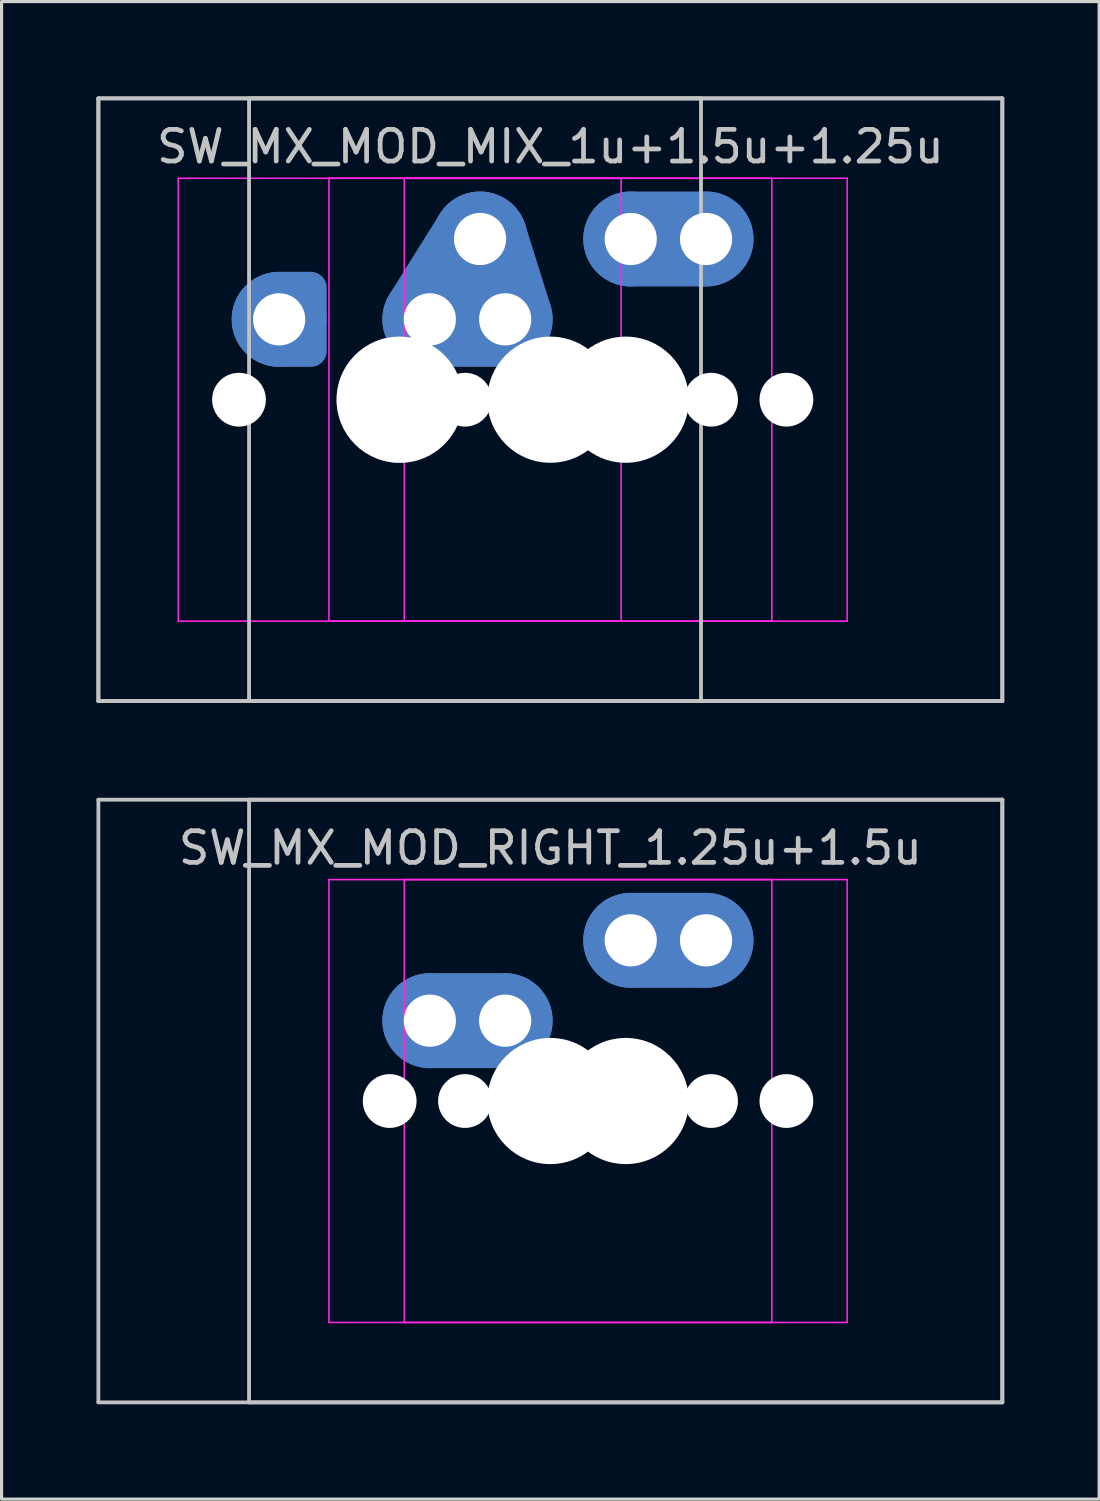
<source format=kicad_pcb>
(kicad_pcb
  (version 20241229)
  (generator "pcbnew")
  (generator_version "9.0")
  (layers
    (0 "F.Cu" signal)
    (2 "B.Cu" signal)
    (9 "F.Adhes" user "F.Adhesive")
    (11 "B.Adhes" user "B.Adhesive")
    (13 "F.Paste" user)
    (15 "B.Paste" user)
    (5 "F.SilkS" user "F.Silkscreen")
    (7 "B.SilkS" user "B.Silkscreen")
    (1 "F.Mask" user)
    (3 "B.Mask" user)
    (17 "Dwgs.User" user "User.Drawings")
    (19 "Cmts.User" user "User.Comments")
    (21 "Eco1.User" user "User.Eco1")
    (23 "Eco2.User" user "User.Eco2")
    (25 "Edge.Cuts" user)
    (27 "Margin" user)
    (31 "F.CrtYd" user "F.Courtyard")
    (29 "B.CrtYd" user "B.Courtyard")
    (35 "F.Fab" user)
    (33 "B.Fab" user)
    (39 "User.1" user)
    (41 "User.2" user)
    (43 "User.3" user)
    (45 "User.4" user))
  (footprint "SW_MX_MOD_MIX_1u+1.5u+1.25u"
    (layer "F.Cu")
    (at 16.729 9.585)
    (property "Reference" "SW_MX_MOD_MIX_1u+1.5u+1.25u" (at -2.381 -8 0) (layer "Dwgs.User") (effects (font (size 1 1) (thickness 0.15))))
    (attr through_hole exclude_from_pos_files exclude_from_bom)
    (fp_line (start -16.669 -9.525) (end -16.669 9.525) (stroke (width 0.12) (type solid)) (layer "Dwgs.User"))
    (fp_line (start -16.669 -9.525) (end -16.669 9.525) (stroke (width 0.12) (type solid)) (layer "Dwgs.User"))
    (fp_line (start -16.669 9.525) (end 2.381 9.525) (stroke (width 0.12) (type solid)) (layer "Dwgs.User"))
    (fp_line (start -16.669 9.525) (end 11.906 9.525) (stroke (width 0.12) (type solid)) (layer "Dwgs.User"))
    (fp_line (start -11.906 -9.525) (end -11.906 9.525) (stroke (width 0.12) (type solid)) (layer "Dwgs.User"))
    (fp_line (start -11.906 9.525) (end 11.906 9.525) (stroke (width 0.12) (type solid)) (layer "Dwgs.User"))
    (fp_line (start 2.381 -9.525) (end -16.669 -9.525) (stroke (width 0.12) (type solid)) (layer "Dwgs.User"))
    (fp_line (start 2.381 9.525) (end 2.381 -9.525) (stroke (width 0.12) (type solid)) (layer "Dwgs.User"))
    (fp_line (start 11.906 -9.525) (end -16.669 -9.525) (stroke (width 0.12) (type solid)) (layer "Dwgs.User"))
    (fp_line (start 11.906 -9.525) (end -11.906 -9.525) (stroke (width 0.12) (type solid)) (layer "Dwgs.User"))
    (fp_line (start 11.906 9.525) (end 11.906 -9.525) (stroke (width 0.12) (type solid)) (layer "Dwgs.User"))
    (fp_line (start 11.906 9.525) (end 11.906 -9.525) (stroke (width 0.12) (type solid)) (layer "Dwgs.User"))
    (fp_circle (center -10.954 -2.54) (end -10.954 -2.29) (stroke (width 0.1) (type default)) (fill no) (layer "Cmts.User"))
    (fp_line (start -14.144 6.5) (end -14.144 -6.5) (stroke (width 0.05) (type solid)) (layer "Eco2.User"))
    (fp_line (start -13.644 -7) (end -0.644 -7) (stroke (width 0.05) (type solid)) (layer "Eco2.User"))
    (fp_line (start -9.381 6.5) (end -9.381 -6.5) (stroke (width 0.05) (type solid)) (layer "Eco2.User"))
    (fp_line (start -8.881 -7) (end 4.119 -7) (stroke (width 0.05) (type solid)) (layer "Eco2.User"))
    (fp_line (start -7 6.5) (end -7 -6.5) (stroke (width 0.05) (type solid)) (layer "Eco2.User"))
    (fp_line (start -6.5 -7) (end 6.5 -7) (stroke (width 0.05) (type solid)) (layer "Eco2.User"))
    (fp_line (start -0.644 7) (end -13.644 7) (stroke (width 0.05) (type solid)) (layer "Eco2.User"))
    (fp_line (start -0.144 -6.5) (end -0.144 6.5) (stroke (width 0.05) (type solid)) (layer "Eco2.User"))
    (fp_line (start 4.119 7) (end -8.881 7) (stroke (width 0.05) (type solid)) (layer "Eco2.User"))
    (fp_line (start 4.619 -6.5) (end 4.619 6.5) (stroke (width 0.05) (type solid)) (layer "Eco2.User"))
    (fp_line (start 6.5 7) (end -6.5 7) (stroke (width 0.05) (type solid)) (layer "Eco2.User"))
    (fp_line (start 7 -6.5) (end 7 6.5) (stroke (width 0.05) (type solid)) (layer "Eco2.User"))
    (fp_arc (start -14.14375 -6.5) (mid -13.997303 -6.853553) (end -13.64375 -7) (stroke (width 0.05) (type solid)) (layer "Eco2.User"))
    (fp_arc (start -13.64375 7) (mid -13.997303 6.853553) (end -14.14375 6.5) (stroke (width 0.05) (type solid)) (layer "Eco2.User"))
    (fp_arc (start -9.38125 -6.5) (mid -9.234803 -6.853553) (end -8.88125 -7) (stroke (width 0.05) (type solid)) (layer "Eco2.User"))
    (fp_arc (start -8.88125 7) (mid -9.234803 6.853553) (end -9.38125 6.5) (stroke (width 0.05) (type solid)) (layer "Eco2.User"))
    (fp_arc (start -7 -6.5) (mid -6.853553 -6.853553) (end -6.5 -7) (stroke (width 0.05) (type solid)) (layer "Eco2.User"))
    (fp_arc (start -6.5 7) (mid -6.853553 6.853553) (end -7 6.5) (stroke (width 0.05) (type solid)) (layer "Eco2.User"))
    (fp_arc (start -0.64375 -7) (mid -0.290197 -6.853553) (end -0.14375 -6.5) (stroke (width 0.05) (type solid)) (layer "Eco2.User"))
    (fp_arc (start -0.146514 6.498884) (mid -0.292961 6.852437) (end -0.646514 6.998884) (stroke (width 0.05) (type solid)) (layer "Eco2.User"))
    (fp_arc (start 4.11875 -7) (mid 4.472303 -6.853553) (end 4.61875 -6.5) (stroke (width 0.05) (type solid)) (layer "Eco2.User"))
    (fp_arc (start 4.615986 6.498884) (mid 4.469539 6.852437) (end 4.115986 6.998884) (stroke (width 0.05) (type solid)) (layer "Eco2.User"))
    (fp_arc (start 6.5 -7) (mid 6.853553 -6.853553) (end 7 -6.5) (stroke (width 0.05) (type solid)) (layer "Eco2.User"))
    (fp_arc (start 6.997236 6.498884) (mid 6.850789 6.852437) (end 6.497236 6.998884) (stroke (width 0.05) (type solid)) (layer "Eco2.User"))
    (fp_line (start -14.144 -7) (end -14.144 7) (stroke (width 0.05) (type solid)) (layer "F.CrtYd"))
    (fp_line (start -14.144 7) (end -0.144 7) (stroke (width 0.05) (type solid)) (layer "F.CrtYd"))
    (fp_line (start -9.381 -7) (end -9.381 7) (stroke (width 0.05) (type solid)) (layer "F.CrtYd"))
    (fp_line (start -9.381 7) (end 4.619 7) (stroke (width 0.05) (type solid)) (layer "F.CrtYd"))
    (fp_line (start -7 -7) (end -7 7) (stroke (width 0.05) (type solid)) (layer "F.CrtYd"))
    (fp_line (start -7 7) (end 7 7) (stroke (width 0.05) (type solid)) (layer "F.CrtYd"))
    (fp_line (start -0.144 -7) (end -14.144 -7) (stroke (width 0.05) (type solid)) (layer "F.CrtYd"))
    (fp_line (start -0.144 7) (end -0.144 -7) (stroke (width 0.05) (type solid)) (layer "F.CrtYd"))
    (fp_line (start 4.619 -7) (end -9.381 -7) (stroke (width 0.05) (type solid)) (layer "F.CrtYd"))
    (fp_line (start 4.619 7) (end 4.619 -7) (stroke (width 0.05) (type solid)) (layer "F.CrtYd"))
    (fp_line (start 7 -7) (end -7 -7) (stroke (width 0.05) (type solid)) (layer "F.CrtYd"))
    (fp_line (start 7 7) (end 7 -7) (stroke (width 0.05) (type solid)) (layer "F.CrtYd"))
    (pad "" np_thru_hole circle (at -12.224 0) (size 1.7 1.7) (drill 1.7) (layers "*.Cu" "*.Mask"))
    (pad "" np_thru_hole circle (at -7.461 0) (size 1.75 1.75) (drill 1.75) (layers "*.Cu" "*.Mask"))
    (pad "" thru_hole circle (at -7.144 0) (size 3.988 3.988) (drill 3.988) (layers "*.Mask"))
    (pad "" np_thru_hole circle (at -5.08 0) (size 1.7 1.7) (drill 1.7) (layers "*.Cu" "*.Mask"))
    (pad "" np_thru_hole circle (at -2.381 0) (size 3.988 3.988) (drill 3.988) (layers "*.Cu" "*.Mask"))
    (pad "" np_thru_hole circle (at 0 0) (size 3.988 3.988) (drill 3.988) (layers "*.Cu" "*.Mask"))
    (pad "" np_thru_hole circle (at 2.699 0) (size 1.7 1.7) (drill 1.7) (layers "*.Cu" "*.Mask"))
    (pad "" np_thru_hole circle (at 5.08 0) (size 1.7 1.7) (drill 1.7) (layers "*.Cu" "*.Mask"))
    (pad "1" thru_hole circle (at -6.191 -2.54) (size 2 2) (drill 1.65) (layers "*.Cu") (remove_unused_layers yes) (keep_end_layers yes) (zone_layer_connections))
    (pad "1" smd circle (at -6.191 -2.54 270) (size 2.7 2.7) (layers "B.Cu" "B.Mask"))
    (pad "1" smd oval (at -5.397 -3.812 148) (size 3 5.995) (layers "B.Cu"))
    (pad "1" smd oval (at -5.396 -3.812 148) (size 2 4.995) (layers "F.Cu"))
    (pad "1" smd oval (at -5.001 -2.54 180) (size 4.381 2) (layers "F.Cu"))
    (pad "1" smd oval (at -5.001 -2.54) (size 5.381 3) (layers "B.Cu"))
    (pad "1" thru_hole circle (at -4.604 -5.08) (size 2 2) (drill 1.65) (layers "*.Cu") (remove_unused_layers yes) (keep_end_layers yes) (zone_layer_connections))
    (pad "1" smd circle (at -4.604 -5.08 270) (size 2.7 2.7) (layers "B.Cu" "B.Mask"))
    (pad "1" smd oval (at -4.207 -3.81 17.4) (size 2 4.661) (layers "F.Cu"))
    (pad "1" smd oval (at -4.207 -3.81 17.4) (size 3 5.661) (layers "B.Cu"))
    (pad "1" thru_hole circle (at -3.81 -2.54) (size 2 2) (drill 1.65) (layers "*.Cu") (remove_unused_layers yes) (keep_end_layers yes) (zone_layer_connections))
    (pad "1" smd circle (at -3.81 -2.54 270) (size 2.7 2.7) (layers "B.Cu" "B.Mask"))
    (pad "2" thru_hole circle (at -10.954 -2.54) (size 2 2) (drill 1.65) (layers "*.Cu") (remove_unused_layers yes) (keep_end_layers yes) (zone_layer_connections))
    (pad "2" smd custom (at -10.954 -2.54) (size 2.7 2.7) (layers "B.Cu" "B.Mask") (options (anchor circle)) (primitives (gr_poly (pts (arc (start 0 1.35) (mid -1.35 0) (end 0 -1.35)) (arc (start 0.9 -1.35) (mid 1.218198 -1.218198) (end 1.35 -0.9)) (arc (start 1.35 0.9) (mid 1.218198 1.218198) (end 0.9 1.35))) (width 0.004) (fill yes))))
    (pad "2" smd circle (at -10.954 -2.54 180) (size 3 3) (layers "B.Cu"))
    (pad "2" smd custom (at -10.954 -2.54) (size 3 3) (layers "B.Cu") (options (anchor circle)) (primitives (gr_poly (pts (arc (start 0 1.5) (mid -1.5 0) (end 0 -1.5)) (arc (start 1 -1.5) (mid 1.353554 -1.353554) (end 1.5 -1)) (arc (start 1.5 1) (mid 1.353554 1.353554) (end 1 1.5))) (width 0.004) (fill yes))))
    (pad "2" thru_hole circle (at 0.159 -5.08) (size 2 2) (drill 1.65) (layers "*.Cu") (remove_unused_layers yes) (keep_end_layers yes) (zone_layer_connections))
    (pad "2" smd circle (at 0.159 -5.08) (size 2.7 2.7) (layers "B.Cu" "B.Mask"))
    (pad "2" smd circle (at 0.159 -5.08 180) (size 3 3) (layers "B.Cu"))
    (pad "2" smd oval (at 1.349 -5.08) (size 4.381 2) (layers "F.Cu"))
    (pad "2" smd oval (at 1.349 -5.08) (size 5.381 3) (layers "B.Cu"))
    (pad "2" thru_hole circle (at 2.54 -5.08) (size 2 2) (drill 1.65) (layers "*.Cu") (remove_unused_layers yes) (keep_end_layers yes) (zone_layer_connections))
    (pad "2" smd circle (at 2.54 -5.08) (size 2.7 2.7) (layers "B.Cu" "B.Mask"))
    (pad "2" smd circle (at 2.54 -5.08 180) (size 3 3) (layers "B.Cu")))
  (footprint "SW_MX_MOD_RIGHT_1.25u+1.5u"
    (layer "F.Cu")
    (at 16.729 31.755)
    (property "Reference" "SW_MX_MOD_RIGHT_1.25u+1.5u" (at -2.381 -8 0) (layer "Dwgs.User") (effects (font (size 1 1) (thickness 0.15))))
    (attr through_hole exclude_from_pos_files exclude_from_bom)
    (fp_line (start -16.669 -9.525) (end -16.669 9.525) (stroke (width 0.12) (type solid)) (layer "Dwgs.User"))
    (fp_line (start -16.669 9.525) (end 11.906 9.525) (stroke (width 0.12) (type solid)) (layer "Dwgs.User"))
    (fp_line (start -11.906 -9.525) (end -11.906 9.525) (stroke (width 0.12) (type solid)) (layer "Dwgs.User"))
    (fp_line (start -11.906 9.525) (end 11.906 9.525) (stroke (width 0.12) (type solid)) (layer "Dwgs.User"))
    (fp_line (start 11.906 -9.525) (end -16.669 -9.525) (stroke (width 0.12) (type solid)) (layer "Dwgs.User"))
    (fp_line (start 11.906 -9.525) (end -11.906 -9.525) (stroke (width 0.12) (type solid)) (layer "Dwgs.User"))
    (fp_line (start 11.906 9.525) (end 11.906 -9.525) (stroke (width 0.12) (type solid)) (layer "Dwgs.User"))
    (fp_line (start 11.906 9.525) (end 11.906 -9.525) (stroke (width 0.12) (type solid)) (layer "Dwgs.User"))
    (fp_line (start -9.381 6.5) (end -9.381 -6.5) (stroke (width 0.05) (type solid)) (layer "Eco2.User"))
    (fp_line (start -8.881 -7) (end 4.119 -7) (stroke (width 0.05) (type solid)) (layer "Eco2.User"))
    (fp_line (start -7 6.5) (end -7 -6.5) (stroke (width 0.05) (type solid)) (layer "Eco2.User"))
    (fp_line (start -6.5 -7) (end 6.5 -7) (stroke (width 0.05) (type solid)) (layer "Eco2.User"))
    (fp_line (start 4.119 7) (end -8.881 7) (stroke (width 0.05) (type solid)) (layer "Eco2.User"))
    (fp_line (start 4.619 -6.5) (end 4.619 6.5) (stroke (width 0.05) (type solid)) (layer "Eco2.User"))
    (fp_line (start 6.5 7) (end -6.5 7) (stroke (width 0.05) (type solid)) (layer "Eco2.User"))
    (fp_line (start 7 -6.5) (end 7 6.5) (stroke (width 0.05) (type solid)) (layer "Eco2.User"))
    (fp_arc (start -9.38125 -6.5) (mid -9.234803 -6.853553) (end -8.88125 -7) (stroke (width 0.05) (type solid)) (layer "Eco2.User"))
    (fp_arc (start -8.88125 7) (mid -9.234803 6.853553) (end -9.38125 6.5) (stroke (width 0.05) (type solid)) (layer "Eco2.User"))
    (fp_arc (start -7 -6.5) (mid -6.853553 -6.853553) (end -6.5 -7) (stroke (width 0.05) (type solid)) (layer "Eco2.User"))
    (fp_arc (start -6.5 7) (mid -6.853553 6.853553) (end -7 6.5) (stroke (width 0.05) (type solid)) (layer "Eco2.User"))
    (fp_arc (start 4.11875 -7) (mid 4.472303 -6.853553) (end 4.61875 -6.5) (stroke (width 0.05) (type solid)) (layer "Eco2.User"))
    (fp_arc (start 4.615986 6.498884) (mid 4.469539 6.852437) (end 4.115986 6.998884) (stroke (width 0.05) (type solid)) (layer "Eco2.User"))
    (fp_arc (start 6.5 -7) (mid 6.853553 -6.853553) (end 7 -6.5) (stroke (width 0.05) (type solid)) (layer "Eco2.User"))
    (fp_arc (start 6.997236 6.498884) (mid 6.850789 6.852437) (end 6.497236 6.998884) (stroke (width 0.05) (type solid)) (layer "Eco2.User"))
    (fp_line (start -9.381 -7) (end -9.381 7) (stroke (width 0.05) (type solid)) (layer "F.CrtYd"))
    (fp_line (start -9.381 7) (end 4.619 7) (stroke (width 0.05) (type solid)) (layer "F.CrtYd"))
    (fp_line (start -7 -7) (end -7 7) (stroke (width 0.05) (type solid)) (layer "F.CrtYd"))
    (fp_line (start -7 7) (end 7 7) (stroke (width 0.05) (type solid)) (layer "F.CrtYd"))
    (fp_line (start 4.619 -7) (end -9.381 -7) (stroke (width 0.05) (type solid)) (layer "F.CrtYd"))
    (fp_line (start 4.619 7) (end 4.619 -7) (stroke (width 0.05) (type solid)) (layer "F.CrtYd"))
    (fp_line (start 7 -7) (end -7 -7) (stroke (width 0.05) (type solid)) (layer "F.CrtYd"))
    (fp_line (start 7 7) (end 7 -7) (stroke (width 0.05) (type solid)) (layer "F.CrtYd"))
    (pad "" np_thru_hole circle (at -7.461 0) (size 1.7 1.7) (drill 1.7) (layers "*.Cu" "*.Mask"))
    (pad "" np_thru_hole circle (at -5.08 0) (size 1.7 1.7) (drill 1.7) (layers "*.Cu" "*.Mask"))
    (pad "" np_thru_hole circle (at -2.381 0) (size 3.988 3.988) (drill 3.988) (layers "*.Cu" "*.Mask"))
    (pad "" np_thru_hole circle (at 0 0) (size 3.988 3.988) (drill 3.988) (layers "*.Cu" "*.Mask"))
    (pad "" np_thru_hole circle (at 2.699 0) (size 1.7 1.7) (drill 1.7) (layers "*.Cu" "*.Mask"))
    (pad "" np_thru_hole circle (at 5.08 0) (size 1.7 1.7) (drill 1.7) (layers "*.Cu" "*.Mask"))
    (pad "1" thru_hole circle (at -6.191 -2.54) (size 2 2) (drill 1.65) (layers "*.Cu") (remove_unused_layers yes) (keep_end_layers yes) (zone_layer_connections))
    (pad "1" smd circle (at -6.191 -2.54) (size 2.7 2.7) (layers "B.Cu" "B.Mask"))
    (pad "1" smd circle (at -6.191 -2.54) (size 3 3) (layers "B.Cu"))
    (pad "1" smd oval (at -5.001 -2.54) (size 4.381 2) (layers "F.Cu"))
    (pad "1" smd oval (at -5.001 -2.54) (size 5.381 3) (layers "B.Cu"))
    (pad "1" thru_hole circle (at -3.81 -2.54) (size 2 2) (drill 1.65) (layers "*.Cu") (remove_unused_layers yes) (keep_end_layers yes) (zone_layer_connections))
    (pad "1" smd circle (at -3.81 -2.54) (size 2.7 2.7) (layers "B.Cu" "B.Mask"))
    (pad "1" smd circle (at -3.81 -2.54) (size 3 3) (layers "B.Cu"))
    (pad "2" thru_hole circle (at 0.159 -5.08) (size 2 2) (drill 1.65) (layers "*.Cu") (remove_unused_layers yes) (keep_end_layers yes) (zone_layer_connections))
    (pad "2" smd circle (at 0.159 -5.08) (size 2.7 2.7) (layers "B.Cu" "B.Mask"))
    (pad "2" smd circle (at 0.159 -5.08) (size 3 3) (layers "B.Cu"))
    (pad "2" smd oval (at 1.349 -5.08) (size 4.381 2) (layers "F.Cu"))
    (pad "2" smd oval (at 1.349 -5.08) (size 5.381 3) (layers "B.Cu"))
    (pad "2" thru_hole circle (at 2.54 -5.08) (size 2 2) (drill 1.65) (layers "*.Cu") (remove_unused_layers yes) (keep_end_layers yes) (zone_layer_connections))
    (pad "2" smd circle (at 2.54 -5.08) (size 2.7 2.7) (layers "B.Cu" "B.Mask"))
    (pad "2" smd circle (at 2.54 -5.08) (size 3 3) (layers "B.Cu")))
  (gr_rect
    (start -3 -3)
    (end 31.695 44.34)
    (stroke (width 0.1) (type default))
    (fill no)
    (layer "Edge.Cuts")))
</source>
